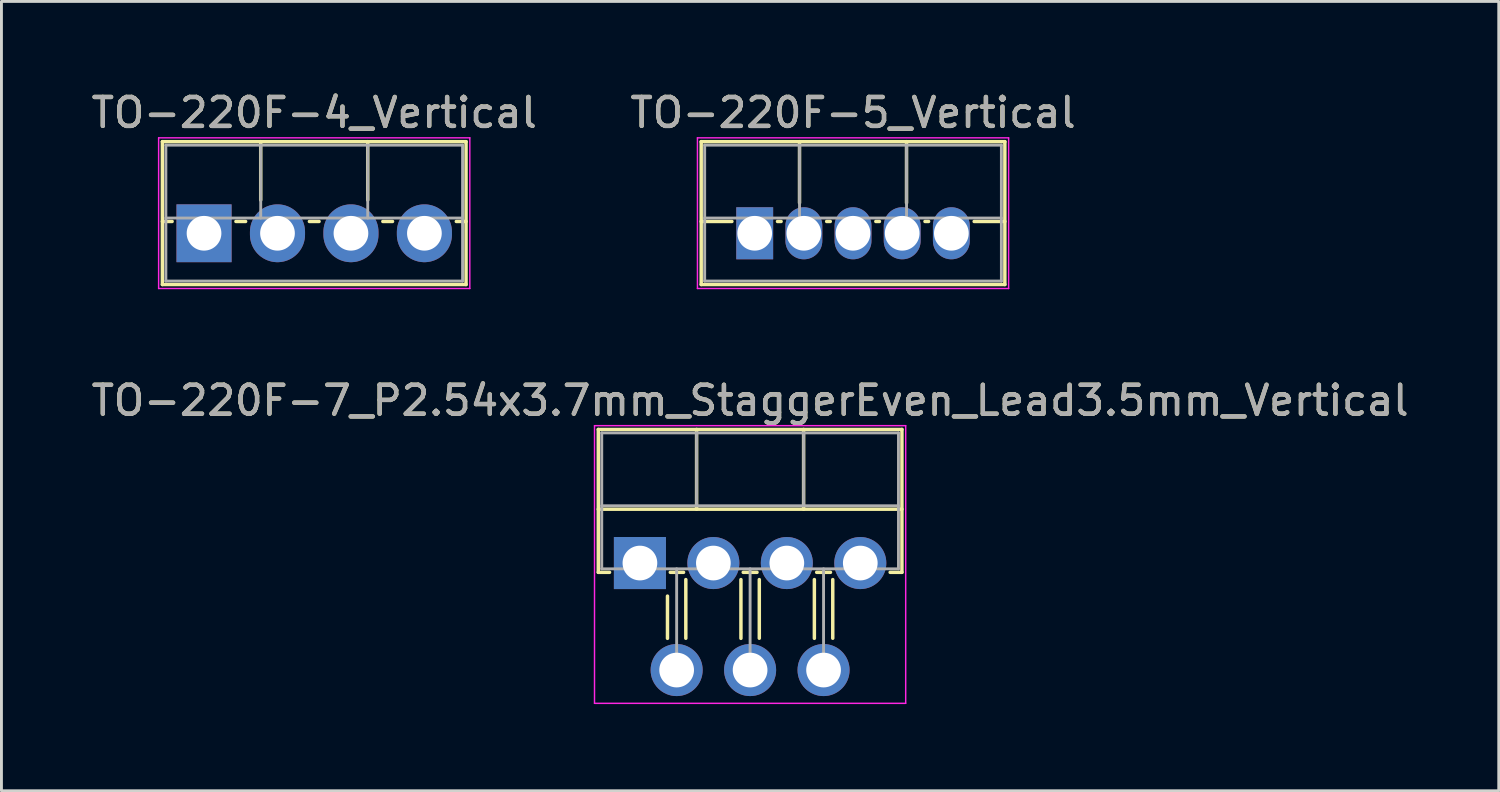
<source format=kicad_pcb>
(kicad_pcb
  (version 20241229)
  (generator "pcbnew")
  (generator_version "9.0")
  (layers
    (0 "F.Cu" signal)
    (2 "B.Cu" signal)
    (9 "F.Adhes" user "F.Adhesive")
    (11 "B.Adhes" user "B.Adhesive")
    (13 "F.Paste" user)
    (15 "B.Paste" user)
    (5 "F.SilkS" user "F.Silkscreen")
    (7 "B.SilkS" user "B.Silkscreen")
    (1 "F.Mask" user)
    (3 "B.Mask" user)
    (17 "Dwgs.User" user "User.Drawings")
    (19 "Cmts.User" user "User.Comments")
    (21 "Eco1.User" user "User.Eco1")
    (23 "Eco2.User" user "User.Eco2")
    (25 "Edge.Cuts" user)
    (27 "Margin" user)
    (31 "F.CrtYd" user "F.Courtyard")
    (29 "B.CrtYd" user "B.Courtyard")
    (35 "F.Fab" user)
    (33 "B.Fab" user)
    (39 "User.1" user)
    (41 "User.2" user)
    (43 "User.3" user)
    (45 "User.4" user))
  (footprint "TO-220F-7_P2.54x3.7mm_StaggerEven_Lead3.5mm_Vertical"
    (layer "F.Cu")
    (at 19.077 16.419)
    (property "Reference" "TO-220F-7_P2.54x3.7mm_StaggerEven_Lead3.5mm_Vertical" (at 3.81 -5.62 0) (layer "F.SilkS") (effects (font (size 1 1) (thickness 0.15))))
    (attr through_hole)
    (fp_line (start -1.44 -4.62) (end -1.44 0.321) (stroke (width 0.12) (type solid)) (layer "F.SilkS"))
    (fp_line (start -1.44 -4.62) (end 9.06 -4.62) (stroke (width 0.12) (type solid)) (layer "F.SilkS"))
    (fp_line (start -1.44 -1.861) (end 9.06 -1.861) (stroke (width 0.12) (type solid)) (layer "F.SilkS"))
    (fp_line (start -1.44 0.321) (end -1.05 0.321) (stroke (width 0.12) (type solid)) (layer "F.SilkS"))
    (fp_line (start 0.953 1.143) (end 0.953 2.603) (stroke (width 0.12) (type solid)) (layer "F.SilkS"))
    (fp_line (start 1.05 0.321) (end 1.509 0.321) (stroke (width 0.12) (type solid)) (layer "F.SilkS"))
    (fp_line (start 1.587 0.572) (end 1.587 2.6) (stroke (width 0.12) (type solid)) (layer "F.SilkS"))
    (fp_line (start 1.96 -4.62) (end 1.96 -1.861) (stroke (width 0.12) (type solid)) (layer "F.SilkS"))
    (fp_line (start 3.493 0.572) (end 3.493 2.603) (stroke (width 0.12) (type solid)) (layer "F.SilkS"))
    (fp_line (start 3.572 0.321) (end 4.049 0.321) (stroke (width 0.12) (type solid)) (layer "F.SilkS"))
    (fp_line (start 4.128 0.572) (end 4.128 2.6) (stroke (width 0.12) (type solid)) (layer "F.SilkS"))
    (fp_line (start 5.66 -4.62) (end 5.66 -1.861) (stroke (width 0.12) (type solid)) (layer "F.SilkS"))
    (fp_line (start 6.032 0.572) (end 6.032 2.603) (stroke (width 0.12) (type solid)) (layer "F.SilkS"))
    (fp_line (start 6.112 0.321) (end 6.589 0.321) (stroke (width 0.12) (type solid)) (layer "F.SilkS"))
    (fp_line (start 6.668 0.572) (end 6.668 2.6) (stroke (width 0.12) (type solid)) (layer "F.SilkS"))
    (fp_line (start 8.652 0.321) (end 9.06 0.321) (stroke (width 0.12) (type solid)) (layer "F.SilkS"))
    (fp_line (start 9.06 -4.62) (end 9.06 0.321) (stroke (width 0.12) (type solid)) (layer "F.SilkS"))
    (fp_line (start -1.57 -4.75) (end -1.57 4.85) (stroke (width 0.05) (type solid)) (layer "F.CrtYd"))
    (fp_line (start -1.57 4.85) (end 9.19 4.85) (stroke (width 0.05) (type solid)) (layer "F.CrtYd"))
    (fp_line (start 9.19 -4.75) (end -1.57 -4.75) (stroke (width 0.05) (type solid)) (layer "F.CrtYd"))
    (fp_line (start 9.19 4.85) (end 9.19 -4.75) (stroke (width 0.05) (type solid)) (layer "F.CrtYd"))
    (fp_line (start -1.32 -4.5) (end -1.32 0.2) (stroke (width 0.1) (type solid)) (layer "F.Fab"))
    (fp_line (start -1.32 -1.98) (end 8.94 -1.98) (stroke (width 0.1) (type solid)) (layer "F.Fab"))
    (fp_line (start -1.32 0.2) (end 8.94 0.2) (stroke (width 0.1) (type solid)) (layer "F.Fab"))
    (fp_line (start 1.27 0.2) (end 1.27 3.7) (stroke (width 0.1) (type solid)) (layer "F.Fab"))
    (fp_line (start 1.96 -4.5) (end 1.96 -1.98) (stroke (width 0.1) (type solid)) (layer "F.Fab"))
    (fp_line (start 3.81 0.2) (end 3.81 3.7) (stroke (width 0.1) (type solid)) (layer "F.Fab"))
    (fp_line (start 5.66 -4.5) (end 5.66 -1.98) (stroke (width 0.1) (type solid)) (layer "F.Fab"))
    (fp_line (start 6.35 0.2) (end 6.35 3.7) (stroke (width 0.1) (type solid)) (layer "F.Fab"))
    (fp_line (start 8.94 -4.5) (end -1.32 -4.5) (stroke (width 0.1) (type solid)) (layer "F.Fab"))
    (fp_line (start 8.94 0.2) (end 8.94 -4.5) (stroke (width 0.1) (type solid)) (layer "F.Fab"))
    (fp_text user "${REFERENCE}" (at 3.81 -5.62 0) (layer "F.Fab") (effects (font (size 1 1) (thickness 0.15))))
    (pad "1" thru_hole rect (at 0 0) (size 1.8 1.8) (drill 1.2) (layers "*.Cu" "*.Mask"))
    (pad "2" thru_hole oval (at 1.27 3.7) (size 1.8 1.8) (drill 1.2) (layers "*.Cu" "*.Mask"))
    (pad "3" thru_hole oval (at 2.54 0) (size 1.8 1.8) (drill 1.2) (layers "*.Cu" "*.Mask"))
    (pad "4" thru_hole oval (at 3.81 3.7) (size 1.8 1.8) (drill 1.2) (layers "*.Cu" "*.Mask"))
    (pad "5" thru_hole oval (at 5.08 0) (size 1.8 1.8) (drill 1.2) (layers "*.Cu" "*.Mask"))
    (pad "6" thru_hole oval (at 6.35 3.7) (size 1.8 1.8) (drill 1.2) (layers "*.Cu" "*.Mask"))
    (pad "7" thru_hole oval (at 7.62 0) (size 1.8 1.8) (drill 1.2) (layers "*.Cu" "*.Mask")))
  (footprint "TO-220F-5_Vertical"
    (layer "F.Cu")
    (at 23.046 5.016)
    (property "Reference" "TO-220F-5_Vertical" (at 3.4 -4.168 0) (layer "F.SilkS") (effects (font (size 1 1) (thickness 0.15))))
    (attr through_hole)
    (fp_line (start -1.85 -3.168) (end -1.85 1.773) (stroke (width 0.12) (type solid)) (layer "F.SilkS"))
    (fp_line (start -1.85 -3.168) (end 8.65 -3.168) (stroke (width 0.12) (type solid)) (layer "F.SilkS"))
    (fp_line (start -1.85 -0.408) (end -0.788 -0.408) (stroke (width 0.12) (type solid)) (layer "F.SilkS"))
    (fp_line (start -1.85 1.773) (end 8.65 1.773) (stroke (width 0.12) (type solid)) (layer "F.SilkS"))
    (fp_line (start 0.788 -0.408) (end 0.913 -0.408) (stroke (width 0.12) (type solid)) (layer "F.SilkS"))
    (fp_line (start 1.55 -3.168) (end 1.55 -1.05) (stroke (width 0.12) (type solid)) (layer "F.SilkS"))
    (fp_line (start 2.488 -0.408) (end 2.613 -0.408) (stroke (width 0.12) (type solid)) (layer "F.SilkS"))
    (fp_line (start 4.188 -0.408) (end 4.313 -0.408) (stroke (width 0.12) (type solid)) (layer "F.SilkS"))
    (fp_line (start 5.25 -3.168) (end 5.25 -1.05) (stroke (width 0.12) (type solid)) (layer "F.SilkS"))
    (fp_line (start 5.888 -0.408) (end 6.013 -0.408) (stroke (width 0.12) (type solid)) (layer "F.SilkS"))
    (fp_line (start 7.588 -0.408) (end 8.65 -0.408) (stroke (width 0.12) (type solid)) (layer "F.SilkS"))
    (fp_line (start 8.65 -3.168) (end 8.65 1.773) (stroke (width 0.12) (type solid)) (layer "F.SilkS"))
    (fp_line (start -1.98 -3.3) (end -1.98 1.91) (stroke (width 0.05) (type solid)) (layer "F.CrtYd"))
    (fp_line (start -1.98 1.91) (end 8.78 1.91) (stroke (width 0.05) (type solid)) (layer "F.CrtYd"))
    (fp_line (start 8.78 -3.3) (end -1.98 -3.3) (stroke (width 0.05) (type solid)) (layer "F.CrtYd"))
    (fp_line (start 8.78 1.91) (end 8.78 -3.3) (stroke (width 0.05) (type solid)) (layer "F.CrtYd"))
    (fp_line (start -1.73 -3.047) (end -1.73 1.653) (stroke (width 0.1) (type solid)) (layer "F.Fab"))
    (fp_line (start -1.73 -0.527) (end 8.53 -0.527) (stroke (width 0.1) (type solid)) (layer "F.Fab"))
    (fp_line (start -1.73 1.653) (end 8.53 1.653) (stroke (width 0.1) (type solid)) (layer "F.Fab"))
    (fp_line (start 1.55 -3.047) (end 1.55 -0.527) (stroke (width 0.1) (type solid)) (layer "F.Fab"))
    (fp_line (start 5.25 -3.047) (end 5.25 -0.527) (stroke (width 0.1) (type solid)) (layer "F.Fab"))
    (fp_line (start 8.53 -3.047) (end -1.73 -3.047) (stroke (width 0.1) (type solid)) (layer "F.Fab"))
    (fp_line (start 8.53 1.653) (end 8.53 -3.047) (stroke (width 0.1) (type solid)) (layer "F.Fab"))
    (fp_text user "${REFERENCE}" (at 3.4 -4.168 0) (layer "F.Fab") (effects (font (size 1 1) (thickness 0.15))))
    (pad "1" thru_hole rect (at 0 0) (size 1.275 1.8) (drill 1.2) (layers "*.Cu" "*.Mask"))
    (pad "2" thru_hole oval (at 1.7 0) (size 1.275 1.8) (drill 1.2) (layers "*.Cu" "*.Mask"))
    (pad "3" thru_hole oval (at 3.4 0) (size 1.275 1.8) (drill 1.2) (layers "*.Cu" "*.Mask"))
    (pad "4" thru_hole oval (at 5.1 0) (size 1.275 1.8) (drill 1.2) (layers "*.Cu" "*.Mask"))
    (pad "5" thru_hole oval (at 6.8 0) (size 1.275 1.8) (drill 1.2) (layers "*.Cu" "*.Mask")))
  (footprint "TO-220F-4_Vertical"
    (layer "F.Cu")
    (at 4.005 5.016)
    (property "Reference" "TO-220F-4_Vertical" (at 3.81 -4.168 0) (layer "F.SilkS") (effects (font (size 1 1) (thickness 0.15))))
    (attr through_hole)
    (fp_line (start -1.44 -3.168) (end -1.44 1.773) (stroke (width 0.12) (type solid)) (layer "F.SilkS"))
    (fp_line (start -1.44 -3.168) (end 9.06 -3.168) (stroke (width 0.12) (type solid)) (layer "F.SilkS"))
    (fp_line (start -1.44 -0.408) (end -1.103 -0.408) (stroke (width 0.12) (type solid)) (layer "F.SilkS"))
    (fp_line (start -1.44 1.773) (end 9.06 1.773) (stroke (width 0.12) (type solid)) (layer "F.SilkS"))
    (fp_line (start 1.103 -0.408) (end 1.438 -0.408) (stroke (width 0.12) (type solid)) (layer "F.SilkS"))
    (fp_line (start 1.96 -3.168) (end 1.96 -1.15) (stroke (width 0.12) (type solid)) (layer "F.SilkS"))
    (fp_line (start 3.643 -0.408) (end 3.978 -0.408) (stroke (width 0.12) (type solid)) (layer "F.SilkS"))
    (fp_line (start 5.66 -3.168) (end 5.66 -1.15) (stroke (width 0.12) (type solid)) (layer "F.SilkS"))
    (fp_line (start 6.183 -0.408) (end 6.518 -0.408) (stroke (width 0.12) (type solid)) (layer "F.SilkS"))
    (fp_line (start 8.723 -0.408) (end 9.06 -0.408) (stroke (width 0.12) (type solid)) (layer "F.SilkS"))
    (fp_line (start 9.06 -3.168) (end 9.06 1.773) (stroke (width 0.12) (type solid)) (layer "F.SilkS"))
    (fp_line (start -1.57 -3.3) (end -1.57 1.91) (stroke (width 0.05) (type solid)) (layer "F.CrtYd"))
    (fp_line (start -1.57 1.91) (end 9.19 1.91) (stroke (width 0.05) (type solid)) (layer "F.CrtYd"))
    (fp_line (start 9.19 -3.3) (end -1.57 -3.3) (stroke (width 0.05) (type solid)) (layer "F.CrtYd"))
    (fp_line (start 9.19 1.91) (end 9.19 -3.3) (stroke (width 0.05) (type solid)) (layer "F.CrtYd"))
    (fp_line (start -1.32 -3.047) (end -1.32 1.653) (stroke (width 0.1) (type solid)) (layer "F.Fab"))
    (fp_line (start -1.32 -0.527) (end 8.94 -0.527) (stroke (width 0.1) (type solid)) (layer "F.Fab"))
    (fp_line (start -1.32 1.653) (end 8.94 1.653) (stroke (width 0.1) (type solid)) (layer "F.Fab"))
    (fp_line (start 1.96 -3.047) (end 1.96 -0.527) (stroke (width 0.1) (type solid)) (layer "F.Fab"))
    (fp_line (start 5.66 -3.047) (end 5.66 -0.527) (stroke (width 0.1) (type solid)) (layer "F.Fab"))
    (fp_line (start 8.94 -3.047) (end -1.32 -3.047) (stroke (width 0.1) (type solid)) (layer "F.Fab"))
    (fp_line (start 8.94 1.653) (end 8.94 -3.047) (stroke (width 0.1) (type solid)) (layer "F.Fab"))
    (fp_text user "${REFERENCE}" (at 3.81 -4.168 0) (layer "F.Fab") (effects (font (size 1 1) (thickness 0.15))))
    (pad "1" thru_hole rect (at 0 0) (size 1.905 2) (drill 1.2) (layers "*.Cu" "*.Mask"))
    (pad "2" thru_hole oval (at 2.54 0) (size 1.905 2) (drill 1.2) (layers "*.Cu" "*.Mask"))
    (pad "3" thru_hole oval (at 5.08 0) (size 1.905 2) (drill 1.2) (layers "*.Cu" "*.Mask"))
    (pad "4" thru_hole oval (at 7.62 0) (size 1.905 2) (drill 1.2) (layers "*.Cu" "*.Mask")))
  (gr_rect
    (start -3 -3)
    (end 48.774 24.294)
    (stroke (width 0.1) (type default))
    (fill no)
    (layer "Edge.Cuts")))
</source>
